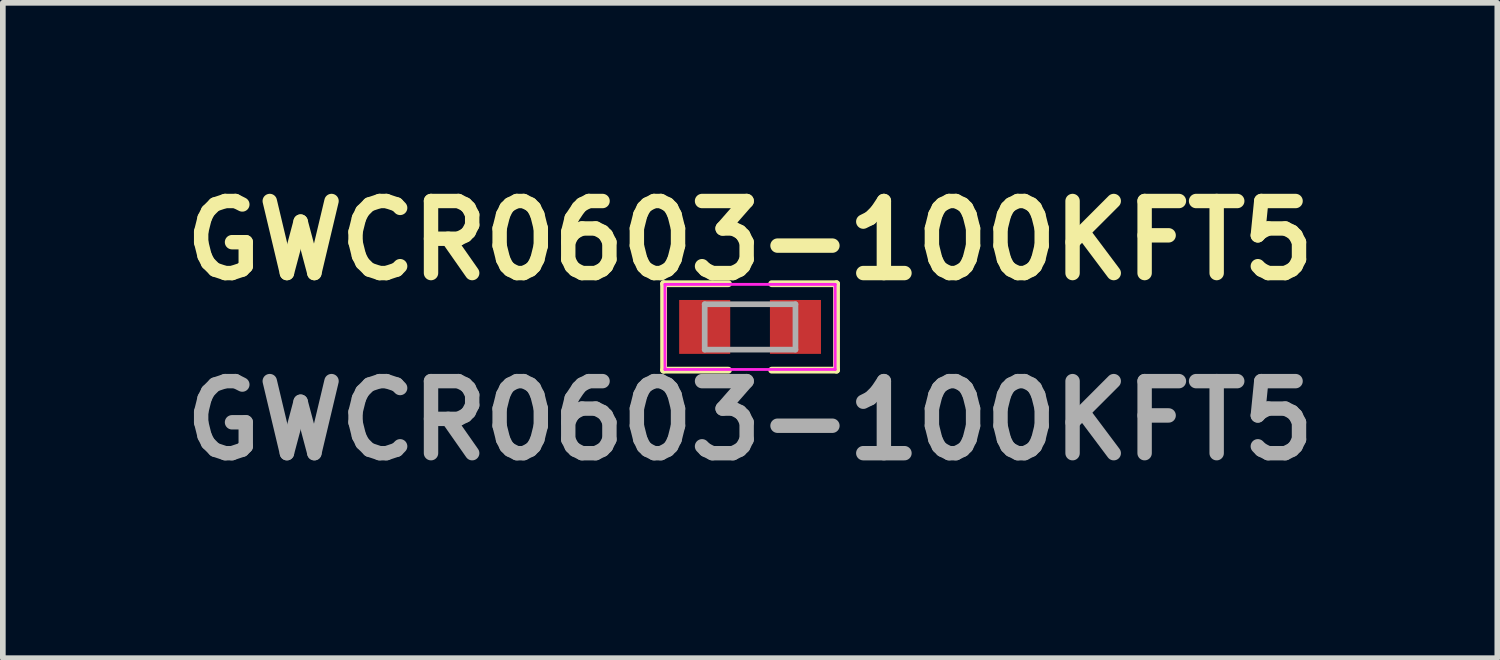
<source format=kicad_pcb>
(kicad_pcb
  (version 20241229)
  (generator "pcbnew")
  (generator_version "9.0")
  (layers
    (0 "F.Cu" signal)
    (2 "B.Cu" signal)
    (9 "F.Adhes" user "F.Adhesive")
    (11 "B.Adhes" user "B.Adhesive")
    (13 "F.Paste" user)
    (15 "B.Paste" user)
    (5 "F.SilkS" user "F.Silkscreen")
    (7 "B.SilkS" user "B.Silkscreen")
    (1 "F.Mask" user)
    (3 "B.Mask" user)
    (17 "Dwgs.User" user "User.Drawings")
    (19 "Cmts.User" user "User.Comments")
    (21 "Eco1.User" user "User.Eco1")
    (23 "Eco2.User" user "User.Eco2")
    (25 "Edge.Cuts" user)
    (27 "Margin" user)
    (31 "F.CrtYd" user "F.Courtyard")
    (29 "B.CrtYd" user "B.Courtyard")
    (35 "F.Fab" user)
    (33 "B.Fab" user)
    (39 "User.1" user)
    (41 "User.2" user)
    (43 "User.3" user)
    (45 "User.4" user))
  (footprint "GWCR0603-100KFT5"
    (layer "F.Cu")
    (at 10.172 2.713)
    (property "Reference" "GWCR0603-100KFT5" (at 0 -1.524 0) (layer "F.SilkS") (effects (font (size 1.27 1.27) (thickness 0.254))))
    (attr smd)
    (fp_line (start -1.524 -0.762) (end -1.524 0.762) (stroke (width 0.12) (type solid)) (layer "F.SilkS"))
    (fp_line (start -1.524 0.762) (end -0.381 0.762) (stroke (width 0.12) (type solid)) (layer "F.SilkS"))
    (fp_line (start -0.381 -0.762) (end -1.524 -0.762) (stroke (width 0.12) (type solid)) (layer "F.SilkS"))
    (fp_line (start 0.381 -0.762) (end 1.524 -0.762) (stroke (width 0.12) (type solid)) (layer "F.SilkS"))
    (fp_line (start 1.524 -0.762) (end 1.524 0.762) (stroke (width 0.12) (type solid)) (layer "F.SilkS"))
    (fp_line (start 1.524 0.762) (end 0.381 0.762) (stroke (width 0.12) (type solid)) (layer "F.SilkS"))
    (fp_line (start -1.5 -0.75) (end 1.5 -0.75) (stroke (width 0.05) (type solid)) (layer "F.CrtYd"))
    (fp_line (start -1.5 0.75) (end -1.5 -0.75) (stroke (width 0.05) (type solid)) (layer "F.CrtYd"))
    (fp_line (start 1.5 -0.75) (end 1.5 0.75) (stroke (width 0.05) (type solid)) (layer "F.CrtYd"))
    (fp_line (start 1.5 0.75) (end -1.5 0.75) (stroke (width 0.05) (type solid)) (layer "F.CrtYd"))
    (fp_line (start -0.8 -0.4) (end 0.8 -0.4) (stroke (width 0.1) (type solid)) (layer "F.Fab"))
    (fp_line (start -0.8 0.4) (end -0.8 -0.4) (stroke (width 0.1) (type solid)) (layer "F.Fab"))
    (fp_line (start 0.8 -0.4) (end 0.8 0.4) (stroke (width 0.1) (type solid)) (layer "F.Fab"))
    (fp_line (start 0.8 0.4) (end -0.8 0.4) (stroke (width 0.1) (type solid)) (layer "F.Fab"))
    (fp_text user "${REFERENCE}" (at 0 1.651 0) (layer "F.Fab") (effects (font (size 1.27 1.27) (thickness 0.254))))
    (pad "1" smd rect (at -0.8 0) (size 0.9 0.95) (layers "F.Cu" "F.Mask" "F.Paste"))
    (pad "2" smd rect (at 0.8 0) (size 0.9 0.95) (layers "F.Cu" "F.Mask" "F.Paste")))
  (gr_rect
    (start -3 -3)
    (end 23.344 8.552)
    (stroke (width 0.1) (type default))
    (fill no)
    (layer "Edge.Cuts")))
</source>
